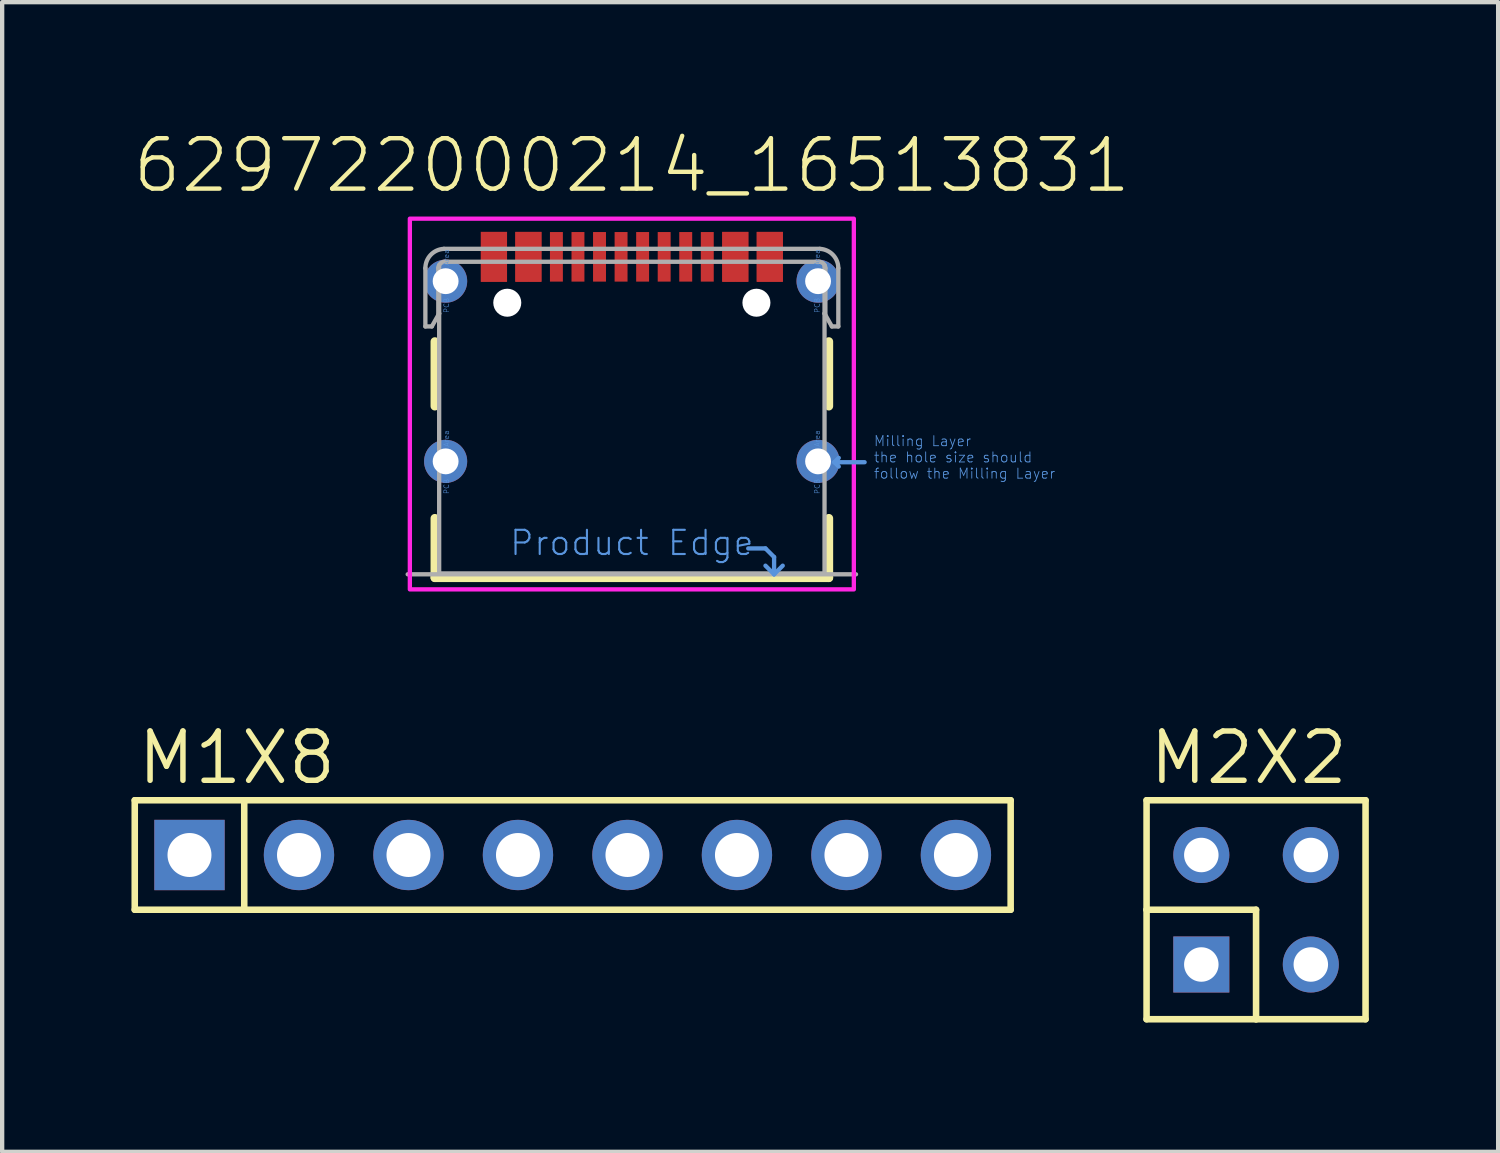
<source format=kicad_pcb>
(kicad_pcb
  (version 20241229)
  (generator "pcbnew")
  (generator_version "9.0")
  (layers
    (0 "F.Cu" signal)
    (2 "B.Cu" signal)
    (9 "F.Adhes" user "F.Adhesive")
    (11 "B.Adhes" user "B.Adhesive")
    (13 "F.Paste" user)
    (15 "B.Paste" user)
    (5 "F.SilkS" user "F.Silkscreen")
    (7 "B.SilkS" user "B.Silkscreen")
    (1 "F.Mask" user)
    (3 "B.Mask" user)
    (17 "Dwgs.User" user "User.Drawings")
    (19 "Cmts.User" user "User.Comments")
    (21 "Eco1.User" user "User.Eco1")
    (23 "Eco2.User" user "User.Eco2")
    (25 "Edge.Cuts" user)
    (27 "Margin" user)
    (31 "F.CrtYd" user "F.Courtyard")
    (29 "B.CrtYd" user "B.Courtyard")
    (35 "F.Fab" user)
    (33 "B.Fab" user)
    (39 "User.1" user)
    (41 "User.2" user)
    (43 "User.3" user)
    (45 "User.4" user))
  (footprint "M2X2"
    (layer "F.Cu")
    (at 26.089 18.055)
    (property "Reference" "M2X2" (at -2.54 -2.857 0) (unlocked yes) (layer "F.SilkS") (effects (font (size 1.143 1.143) (thickness 0.127)) (justify left bottom)))
    (fp_line (start -2.54 -2.54) (end -2.54 0) (stroke (width 0.152) (type solid)) (layer "F.SilkS"))
    (fp_line (start -2.54 0) (end -2.54 2.54) (stroke (width 0.152) (type solid)) (layer "F.SilkS"))
    (fp_line (start -2.54 2.54) (end 0 2.54) (stroke (width 0.152) (type solid)) (layer "F.SilkS"))
    (fp_line (start 0 0) (end -2.54 0) (stroke (width 0.152) (type solid)) (layer "F.SilkS"))
    (fp_line (start 0 0) (end 0 2.54) (stroke (width 0.152) (type solid)) (layer "F.SilkS"))
    (fp_line (start 0 2.54) (end 2.54 2.54) (stroke (width 0.152) (type solid)) (layer "F.SilkS"))
    (fp_line (start 2.54 -2.54) (end -2.54 -2.54) (stroke (width 0.152) (type solid)) (layer "F.SilkS"))
    (fp_line (start 2.54 2.54) (end 2.54 -2.54) (stroke (width 0.152) (type solid)) (layer "F.SilkS"))
    (pad "1" thru_hole rect (at -1.27 1.27) (size 1.3 1.3) (drill 0.8) (layers "*.Cu" "*.Mask"))
    (pad "2" thru_hole circle (at -1.27 -1.27) (size 1.3 1.3) (drill 0.8) (layers "*.Cu" "*.Mask"))
    (pad "3" thru_hole circle (at 1.27 1.27) (size 1.3 1.3) (drill 0.8) (layers "*.Cu" "*.Mask"))
    (pad "4" thru_hole circle (at 1.27 -1.27) (size 1.3 1.3) (drill 0.8) (layers "*.Cu" "*.Mask")))
  (footprint "M1X8"
    (layer "F.Cu")
    (at 10.236 16.785)
    (property "Reference" "M1X8" (at -10.16 -1.587 0) (unlocked yes) (layer "F.SilkS") (effects (font (size 1.143 1.143) (thickness 0.127)) (justify left bottom)))
    (fp_line (start -10.16 -1.27) (end -7.62 -1.27) (stroke (width 0.152) (type solid)) (layer "F.SilkS"))
    (fp_line (start -10.16 1.27) (end -10.16 -1.27) (stroke (width 0.152) (type solid)) (layer "F.SilkS"))
    (fp_line (start -7.62 -1.27) (end 10.16 -1.27) (stroke (width 0.152) (type solid)) (layer "F.SilkS"))
    (fp_line (start -7.62 1.27) (end -10.16 1.27) (stroke (width 0.152) (type solid)) (layer "F.SilkS"))
    (fp_line (start -7.62 1.27) (end -7.62 -1.27) (stroke (width 0.152) (type solid)) (layer "F.SilkS"))
    (fp_line (start 10.16 -1.27) (end 10.16 1.27) (stroke (width 0.152) (type solid)) (layer "F.SilkS"))
    (fp_line (start 10.16 1.27) (end -7.62 1.27) (stroke (width 0.152) (type solid)) (layer "F.SilkS"))
    (pad "1" thru_hole rect (at -8.89 0) (size 1.632 1.632) (drill 1.02) (layers "*.Cu" "*.Mask"))
    (pad "2" thru_hole circle (at -6.35 0) (size 1.632 1.632) (drill 1.02) (layers "*.Cu" "*.Mask"))
    (pad "3" thru_hole circle (at -3.81 0) (size 1.632 1.632) (drill 1.02) (layers "*.Cu" "*.Mask"))
    (pad "4" thru_hole circle (at -1.27 0) (size 1.632 1.632) (drill 1.02) (layers "*.Cu" "*.Mask"))
    (pad "5" thru_hole circle (at 1.27 0) (size 1.632 1.632) (drill 1.02) (layers "*.Cu" "*.Mask"))
    (pad "6" thru_hole circle (at 3.81 0) (size 1.632 1.632) (drill 1.02) (layers "*.Cu" "*.Mask"))
    (pad "7" thru_hole circle (at 6.35 0) (size 1.632 1.632) (drill 1.02) (layers "*.Cu" "*.Mask"))
    (pad "8" thru_hole circle (at 8.89 0) (size 1.632 1.632) (drill 1.02) (layers "*.Cu" "*.Mask")))
  (footprint "629722000214_16513831"
    (layer "F.Cu")
    (at 11.608 7.653)
    (property "Reference" "629722000214_16513831" (at 0 -6.18 0) (unlocked yes) (layer "F.SilkS") (effects (font (size 1.168 1.168) (thickness 0.102)) (justify bottom)))
    (fp_poly (pts (xy -2.895 -4.165) (xy -3.505 -4.165) (xy -3.505 -5.325) (xy -2.895 -5.325)) (stroke (width 0) (type default)) (fill yes) (layer "F.Cu"))
    (fp_poly (pts (xy -2.095 -4.165) (xy -2.705 -4.165) (xy -2.705 -5.325) (xy -2.095 -5.325)) (stroke (width 0) (type default)) (fill yes) (layer "F.Cu"))
    (fp_poly (pts (xy 2.705 -4.165) (xy 2.095 -4.165) (xy 2.095 -5.325) (xy 2.705 -5.325)) (stroke (width 0) (type default)) (fill yes) (layer "F.Cu"))
    (fp_poly (pts (xy 3.505 -4.165) (xy 2.895 -4.165) (xy 2.895 -5.325) (xy 3.505 -5.325)) (stroke (width 0) (type default)) (fill yes) (layer "F.Cu"))
    (fp_poly (pts (xy -2.795 -4.065) (xy -3.605 -4.065) (xy -3.605 -5.425) (xy -2.795 -5.425)) (stroke (width 0) (type default)) (fill yes) (layer "F.Mask"))
    (fp_poly (pts (xy -1.995 -4.065) (xy -2.805 -4.065) (xy -2.805 -5.425) (xy -1.995 -5.425)) (stroke (width 0) (type default)) (fill yes) (layer "F.Mask"))
    (fp_poly (pts (xy 2.805 -4.065) (xy 1.995 -4.065) (xy 1.995 -5.425) (xy 2.805 -5.425)) (stroke (width 0) (type default)) (fill yes) (layer "F.Mask"))
    (fp_poly (pts (xy 3.605 -4.065) (xy 2.795 -4.065) (xy 2.795 -5.425) (xy 3.605 -5.425)) (stroke (width 0) (type default)) (fill yes) (layer "F.Mask"))
    (fp_poly (pts (xy -4.152 -5.358) (xy -3.995 -5.293) (xy -3.86 -5.19) (xy -3.755 -5.053) (xy -3.67 -4.737) (xy -3.67 -3.627) (xy -3.692 -3.462) (xy -3.757 -3.305) (xy -3.86 -3.17) (xy -3.995 -3.067) (xy -4.152 -3.002) (xy -4.32 -2.98) (xy -4.488 -3.002) (xy -4.645 -3.067) (xy -4.78 -3.17) (xy -4.885 -3.307) (xy -4.97 -3.623) (xy -4.97 -4.733) (xy -4.948 -4.898) (xy -4.883 -5.055) (xy -4.78 -5.19) (xy -4.645 -5.293) (xy -4.488 -5.358) (xy -4.32 -5.38)) (stroke (width 0) (type default)) (fill yes) (layer "F.Mask"))
    (fp_poly (pts (xy 4.488 -5.358) (xy 4.645 -5.293) (xy 4.78 -5.19) (xy 4.883 -5.055) (xy 4.948 -4.898) (xy 4.97 -4.733) (xy 4.97 -3.623) (xy 4.885 -3.307) (xy 4.78 -3.17) (xy 4.645 -3.067) (xy 4.488 -3.002) (xy 4.32 -2.98) (xy 4.152 -3.002) (xy 3.995 -3.067) (xy 3.86 -3.17) (xy 3.757 -3.305) (xy 3.692 -3.462) (xy 3.67 -3.627) (xy 3.67 -4.733) (xy 3.692 -4.898) (xy 3.757 -5.055) (xy 3.86 -5.19) (xy 3.995 -5.293) (xy 4.152 -5.358) (xy 4.32 -5.38)) (stroke (width 0) (type default)) (fill yes) (layer "F.Mask"))
    (fp_poly (pts (xy -4.152 -1.028) (xy -3.995 -0.963) (xy -3.86 -0.86) (xy -3.755 -0.723) (xy -3.67 -0.407) (xy -3.67 0.353) (xy -3.663 0.354) (xy -3.67 0.403) (xy -3.67 0.45) (xy -3.676 0.45) (xy -3.692 0.568) (xy -3.757 0.725) (xy -3.86 0.86) (xy -3.995 0.963) (xy -4.152 1.028) (xy -4.32 1.05) (xy -4.488 1.028) (xy -4.645 0.963) (xy -4.78 0.86) (xy -4.885 0.723) (xy -4.97 0.407) (xy -4.97 -0.353) (xy -4.977 -0.354) (xy -4.97 -0.403) (xy -4.97 -0.45) (xy -4.964 -0.45) (xy -4.948 -0.568) (xy -4.883 -0.725) (xy -4.78 -0.86) (xy -4.645 -0.963) (xy -4.488 -1.028) (xy -4.32 -1.05)) (stroke (width 0) (type default)) (fill yes) (layer "F.Mask"))
    (fp_poly (pts (xy 4.488 -1.028) (xy 4.645 -0.963) (xy 4.78 -0.86) (xy 4.883 -0.725) (xy 4.948 -0.568) (xy 4.964 -0.45) (xy 4.97 -0.45) (xy 4.97 -0.403) (xy 4.977 -0.354) (xy 4.97 -0.353) (xy 4.97 0.407) (xy 4.885 0.723) (xy 4.78 0.86) (xy 4.645 0.963) (xy 4.488 1.028) (xy 4.32 1.05) (xy 4.152 1.028) (xy 3.995 0.963) (xy 3.86 0.86) (xy 3.757 0.725) (xy 3.692 0.568) (xy 3.676 0.45) (xy 3.67 0.45) (xy 3.67 0.403) (xy 3.663 0.354) (xy 3.67 0.353) (xy 3.67 -0.407) (xy 3.755 -0.723) (xy 3.86 -0.86) (xy 3.995 -0.963) (xy 4.152 -1.028) (xy 4.32 -1.05)) (stroke (width 0) (type default)) (fill yes) (layer "F.Mask"))
    (fp_poly (pts (xy -4.152 -5.358) (xy -3.995 -5.293) (xy -3.86 -5.19) (xy -3.755 -5.053) (xy -3.67 -4.737) (xy -3.67 -3.627) (xy -3.692 -3.462) (xy -3.757 -3.305) (xy -3.86 -3.17) (xy -3.995 -3.067) (xy -4.152 -3.002) (xy -4.32 -2.98) (xy -4.488 -3.002) (xy -4.645 -3.067) (xy -4.78 -3.17) (xy -4.885 -3.307) (xy -4.97 -3.623) (xy -4.97 -4.733) (xy -4.948 -4.898) (xy -4.883 -5.055) (xy -4.78 -5.19) (xy -4.645 -5.293) (xy -4.488 -5.358) (xy -4.32 -5.38)) (stroke (width 0) (type default)) (fill yes) (layer "B.Mask"))
    (fp_poly (pts (xy 4.488 -5.358) (xy 4.645 -5.293) (xy 4.78 -5.19) (xy 4.883 -5.055) (xy 4.948 -4.898) (xy 4.97 -4.733) (xy 4.97 -3.623) (xy 4.885 -3.307) (xy 4.78 -3.17) (xy 4.645 -3.067) (xy 4.488 -3.002) (xy 4.32 -2.98) (xy 4.152 -3.002) (xy 3.995 -3.067) (xy 3.86 -3.17) (xy 3.757 -3.305) (xy 3.692 -3.462) (xy 3.67 -3.627) (xy 3.67 -4.733) (xy 3.692 -4.898) (xy 3.757 -5.055) (xy 3.86 -5.19) (xy 3.995 -5.293) (xy 4.152 -5.358) (xy 4.32 -5.38)) (stroke (width 0) (type default)) (fill yes) (layer "B.Mask"))
    (fp_poly (pts (xy -4.152 -1.028) (xy -3.995 -0.963) (xy -3.86 -0.86) (xy -3.755 -0.723) (xy -3.67 -0.407) (xy -3.67 0.353) (xy -3.663 0.354) (xy -3.67 0.403) (xy -3.67 0.45) (xy -3.676 0.45) (xy -3.692 0.568) (xy -3.757 0.725) (xy -3.86 0.86) (xy -3.995 0.963) (xy -4.152 1.028) (xy -4.32 1.05) (xy -4.488 1.028) (xy -4.645 0.963) (xy -4.78 0.86) (xy -4.885 0.723) (xy -4.97 0.407) (xy -4.97 -0.353) (xy -4.977 -0.354) (xy -4.97 -0.403) (xy -4.97 -0.45) (xy -4.964 -0.45) (xy -4.948 -0.568) (xy -4.883 -0.725) (xy -4.78 -0.86) (xy -4.645 -0.963) (xy -4.488 -1.028) (xy -4.32 -1.05)) (stroke (width 0) (type default)) (fill yes) (layer "B.Mask"))
    (fp_poly (pts (xy 4.488 -1.028) (xy 4.645 -0.963) (xy 4.78 -0.86) (xy 4.883 -0.725) (xy 4.948 -0.568) (xy 4.964 -0.45) (xy 4.97 -0.45) (xy 4.97 -0.403) (xy 4.977 -0.354) (xy 4.97 -0.353) (xy 4.97 0.407) (xy 4.885 0.723) (xy 4.78 0.86) (xy 4.645 0.963) (xy 4.488 1.028) (xy 4.32 1.05) (xy 4.152 1.028) (xy 3.995 0.963) (xy 3.86 0.86) (xy 3.757 0.725) (xy 3.692 0.568) (xy 3.676 0.45) (xy 3.67 0.45) (xy 3.67 0.403) (xy 3.663 0.354) (xy 3.67 0.353) (xy 3.67 -0.407) (xy 3.755 -0.723) (xy 3.86 -0.86) (xy 3.995 -0.963) (xy 4.152 -1.028) (xy 4.32 -1.05)) (stroke (width 0) (type default)) (fill yes) (layer "B.Mask"))
    (fp_line (start -4.57 -2.78) (end -4.57 -1.28) (stroke (width 0.2) (type solid)) (layer "F.SilkS"))
    (fp_line (start -4.57 1.32) (end -4.57 2.7) (stroke (width 0.2) (type solid)) (layer "F.SilkS"))
    (fp_line (start -4.57 2.7) (end 4.57 2.7) (stroke (width 0.2) (type solid)) (layer "F.SilkS"))
    (fp_line (start 4.57 -1.28) (end 4.57 -2.78) (stroke (width 0.2) (type solid)) (layer "F.SilkS"))
    (fp_line (start 4.57 2.7) (end 4.57 1.32) (stroke (width 0.2) (type solid)) (layer "F.SilkS"))
    (fp_poly (pts (xy -2.895 -4.165) (xy -3.505 -4.165) (xy -3.505 -5.325) (xy -2.895 -5.325)) (stroke (width 0) (type default)) (fill yes) (layer "F.Paste"))
    (fp_poly (pts (xy -2.095 -4.165) (xy -2.705 -4.165) (xy -2.705 -5.325) (xy -2.095 -5.325)) (stroke (width 0) (type default)) (fill yes) (layer "F.Paste"))
    (fp_poly (pts (xy 2.705 -4.165) (xy 2.095 -4.165) (xy 2.095 -5.325) (xy 2.705 -5.325)) (stroke (width 0) (type default)) (fill yes) (layer "F.Paste"))
    (fp_poly (pts (xy 3.505 -4.165) (xy 2.895 -4.165) (xy 2.895 -5.325) (xy 3.505 -5.325)) (stroke (width 0) (type default)) (fill yes) (layer "F.Paste"))
    (fp_line (start 2.7 2.02) (end 3.1 2.02) (stroke (width 0.1) (type solid)) (layer "Cmts.User"))
    (fp_line (start 3.1 2.02) (end 3.3 2.22) (stroke (width 0.1) (type solid)) (layer "Cmts.User"))
    (fp_line (start 3.3 2.22) (end 3.3 2.62) (stroke (width 0.1) (type solid)) (layer "Cmts.User"))
    (fp_line (start 3.3 2.62) (end 3.1 2.42) (stroke (width 0.1) (type solid)) (layer "Cmts.User"))
    (fp_line (start 3.3 2.62) (end 3.5 2.42) (stroke (width 0.1) (type solid)) (layer "Cmts.User"))
    (fp_line (start 4.7 0.02) (end 4.8 -0.08) (stroke (width 0.1) (type solid)) (layer "Cmts.User"))
    (fp_line (start 4.7 0.02) (end 4.8 0.12) (stroke (width 0.1) (type solid)) (layer "Cmts.User"))
    (fp_line (start 5.4 0.02) (end 4.7 0.02) (stroke (width 0.1) (type solid)) (layer "Cmts.User"))
    (fp_poly (pts (xy 5.15 2.97) (xy -5.15 2.97) (xy -5.15 -5.63) (xy 5.15 -5.63)) (stroke (width 0.1) (type default)) (fill no) (layer "F.CrtYd"))
    (fp_line (start -5.2 2.62) (end 5.2 2.62) (stroke (width 0.1) (type solid)) (layer "F.Fab"))
    (fp_line (start -4.79 -4.48) (end -4.79 -3.13) (stroke (width 0.1) (type solid)) (layer "F.Fab"))
    (fp_line (start -4.79 -3.13) (end -4.64 -3.13) (stroke (width 0.1) (type solid)) (layer "F.Fab"))
    (fp_line (start -4.64 -3.13) (end -4.47 -3.43) (stroke (width 0.1) (type solid)) (layer "F.Fab"))
    (fp_line (start -4.49 -4.48) (end -4.49 -3.395) (stroke (width 0.1) (type solid)) (layer "F.Fab"))
    (fp_line (start -4.47 -4.55) (end -4.47 -3.43) (stroke (width 0.1) (type solid)) (layer "F.Fab"))
    (fp_line (start -4.47 -3.43) (end -4.47 2.6) (stroke (width 0.1) (type solid)) (layer "F.Fab"))
    (fp_line (start -4.47 2.6) (end 4.47 2.6) (stroke (width 0.1) (type solid)) (layer "F.Fab"))
    (fp_line (start -4.34 -4.63) (end 4.34 -4.63) (stroke (width 0.1) (type solid)) (layer "F.Fab"))
    (fp_line (start 4.36 -4.93) (end -4.36 -4.93) (stroke (width 0.1) (type solid)) (layer "F.Fab"))
    (fp_line (start 4.47 -4.55) (end 4.47 -3.43) (stroke (width 0.1) (type solid)) (layer "F.Fab"))
    (fp_line (start 4.47 -3.43) (end 4.47 2.6) (stroke (width 0.1) (type solid)) (layer "F.Fab"))
    (fp_line (start 4.49 -4.48) (end 4.49 -3.395) (stroke (width 0.1) (type solid)) (layer "F.Fab"))
    (fp_line (start 4.64 -3.13) (end 4.47 -3.43) (stroke (width 0.1) (type solid)) (layer "F.Fab"))
    (fp_line (start 4.79 -4.48) (end 4.79 -3.13) (stroke (width 0.1) (type solid)) (layer "F.Fab"))
    (fp_line (start 4.79 -3.13) (end 4.64 -3.13) (stroke (width 0.1) (type solid)) (layer "F.Fab"))
    (fp_arc (start -4.79 -4.48) (mid -4.665284 -4.791272) (end -4.359999 -4.930001) (stroke (width 0.1) (type solid)) (layer "F.Fab"))
    (fp_arc (start -4.49 -4.48) (mid -4.446066 -4.586066) (end -4.34 -4.63) (stroke (width 0.1) (type solid)) (layer "F.Fab"))
    (fp_arc (start 4.34 -4.63) (mid 4.446066 -4.586066) (end 4.49 -4.48) (stroke (width 0.1) (type solid)) (layer "F.Fab"))
    (fp_arc (start 4.359999 -4.930001) (mid 4.665284 -4.791272) (end 4.79 -4.48) (stroke (width 0.1) (type solid)) (layer "F.Fab"))
    (fp_text user "PCB Cutout Area" (at 4.3 -4.18 90) (unlocked yes) (layer "Cmts.User") (effects (font (size 0.117 0.117) (thickness 0.01))))
    (fp_text user "Milling Layer\nthe hole size should \nfollow the Milling Layer" (at 5.6 0.42 0) (unlocked yes) (layer "Cmts.User") (effects (font (size 0.234 0.234) (thickness 0.02)) (justify left bottom)))
    (fp_text user "Product Edge" (at 0 2.22 0) (unlocked yes) (layer "Cmts.User") (effects (font (size 0.561 0.561) (thickness 0.049)) (justify bottom)))
    (fp_text user "PCB Cutout Area" (at 4.3 0.02 90) (unlocked yes) (layer "Cmts.User") (effects (font (size 0.117 0.117) (thickness 0.01))))
    (fp_text user "PCB Cutout Area" (at -4.3 -4.18 90) (unlocked yes) (layer "Cmts.User") (effects (font (size 0.117 0.117) (thickness 0.01))))
    (fp_text user "PCB Cutout Area" (at -4.3 0.02 90) (unlocked yes) (layer "Cmts.User") (effects (font (size 0.117 0.117) (thickness 0.01))))
    (pad "" np_thru_hole circle (at -2.89 -3.68) (size 0.65 0.65) (drill 0.65) (layers "*.Cu" "*.Mask"))
    (pad "" np_thru_hole circle (at 2.89 -3.68) (size 0.65 0.65) (drill 0.65) (layers "*.Cu" "*.Mask"))
    (pad "A1" smd rect (at -3.35 -4.745) (size 0.3 1.15) (layers "F.Cu"))
    (pad "A4" smd rect (at -2.55 -4.745) (size 0.3 1.15) (layers "F.Cu"))
    (pad "A5" smd rect (at -1.25 -4.745) (size 0.3 1.15) (layers "F.Cu" "F.Mask" "F.Paste"))
    (pad "A6" smd rect (at -0.25 -4.745) (size 0.3 1.15) (layers "F.Cu" "F.Mask" "F.Paste"))
    (pad "A7" smd rect (at 0.25 -4.745) (size 0.3 1.15) (layers "F.Cu" "F.Mask" "F.Paste"))
    (pad "A8" smd rect (at 1.25 -4.745) (size 0.3 1.15) (layers "F.Cu" "F.Mask" "F.Paste"))
    (pad "A9" smd rect (at 2.55 -4.745) (size 0.3 1.15) (layers "F.Cu"))
    (pad "A12" smd rect (at 3.35 -4.745) (size 0.3 1.15) (layers "F.Cu"))
    (pad "B1" smd rect (at 3.05 -4.745) (size 0.3 1.15) (layers "F.Cu"))
    (pad "B4" smd rect (at 2.25 -4.745) (size 0.3 1.15) (layers "F.Cu"))
    (pad "B5" smd rect (at 1.75 -4.745) (size 0.3 1.15) (layers "F.Cu" "F.Mask" "F.Paste"))
    (pad "B6" smd rect (at 0.75 -4.745) (size 0.3 1.15) (layers "F.Cu" "F.Mask" "F.Paste"))
    (pad "B7" smd rect (at -0.75 -4.745) (size 0.3 1.15) (layers "F.Cu" "F.Mask" "F.Paste"))
    (pad "B8" smd rect (at -1.75 -4.745) (size 0.3 1.15) (layers "F.Cu" "F.Mask" "F.Paste"))
    (pad "B9" smd rect (at -2.25 -4.745) (size 0.3 1.15) (layers "F.Cu"))
    (pad "B12" smd rect (at -3.05 -4.745) (size 0.3 1.15) (layers "F.Cu"))
    (pad "S1" thru_hole circle (at -4.32 -4.18) (size 1 1) (drill 0.6) (layers "*.Cu"))
    (pad "S2" thru_hole circle (at 4.32 -4.18 180) (size 1 1) (drill 0.6) (layers "*.Cu"))
    (pad "S3" thru_hole circle (at -4.32 0) (size 1 1) (drill 0.6) (layers "*.Cu"))
    (pad "S4" thru_hole circle (at 4.32 0 180) (size 1 1) (drill 0.6) (layers "*.Cu")))
  (gr_rect
    (start -3 -3)
    (end 31.705 23.671)
    (stroke (width 0.1) (type default))
    (fill no)
    (layer "Edge.Cuts")))
</source>
